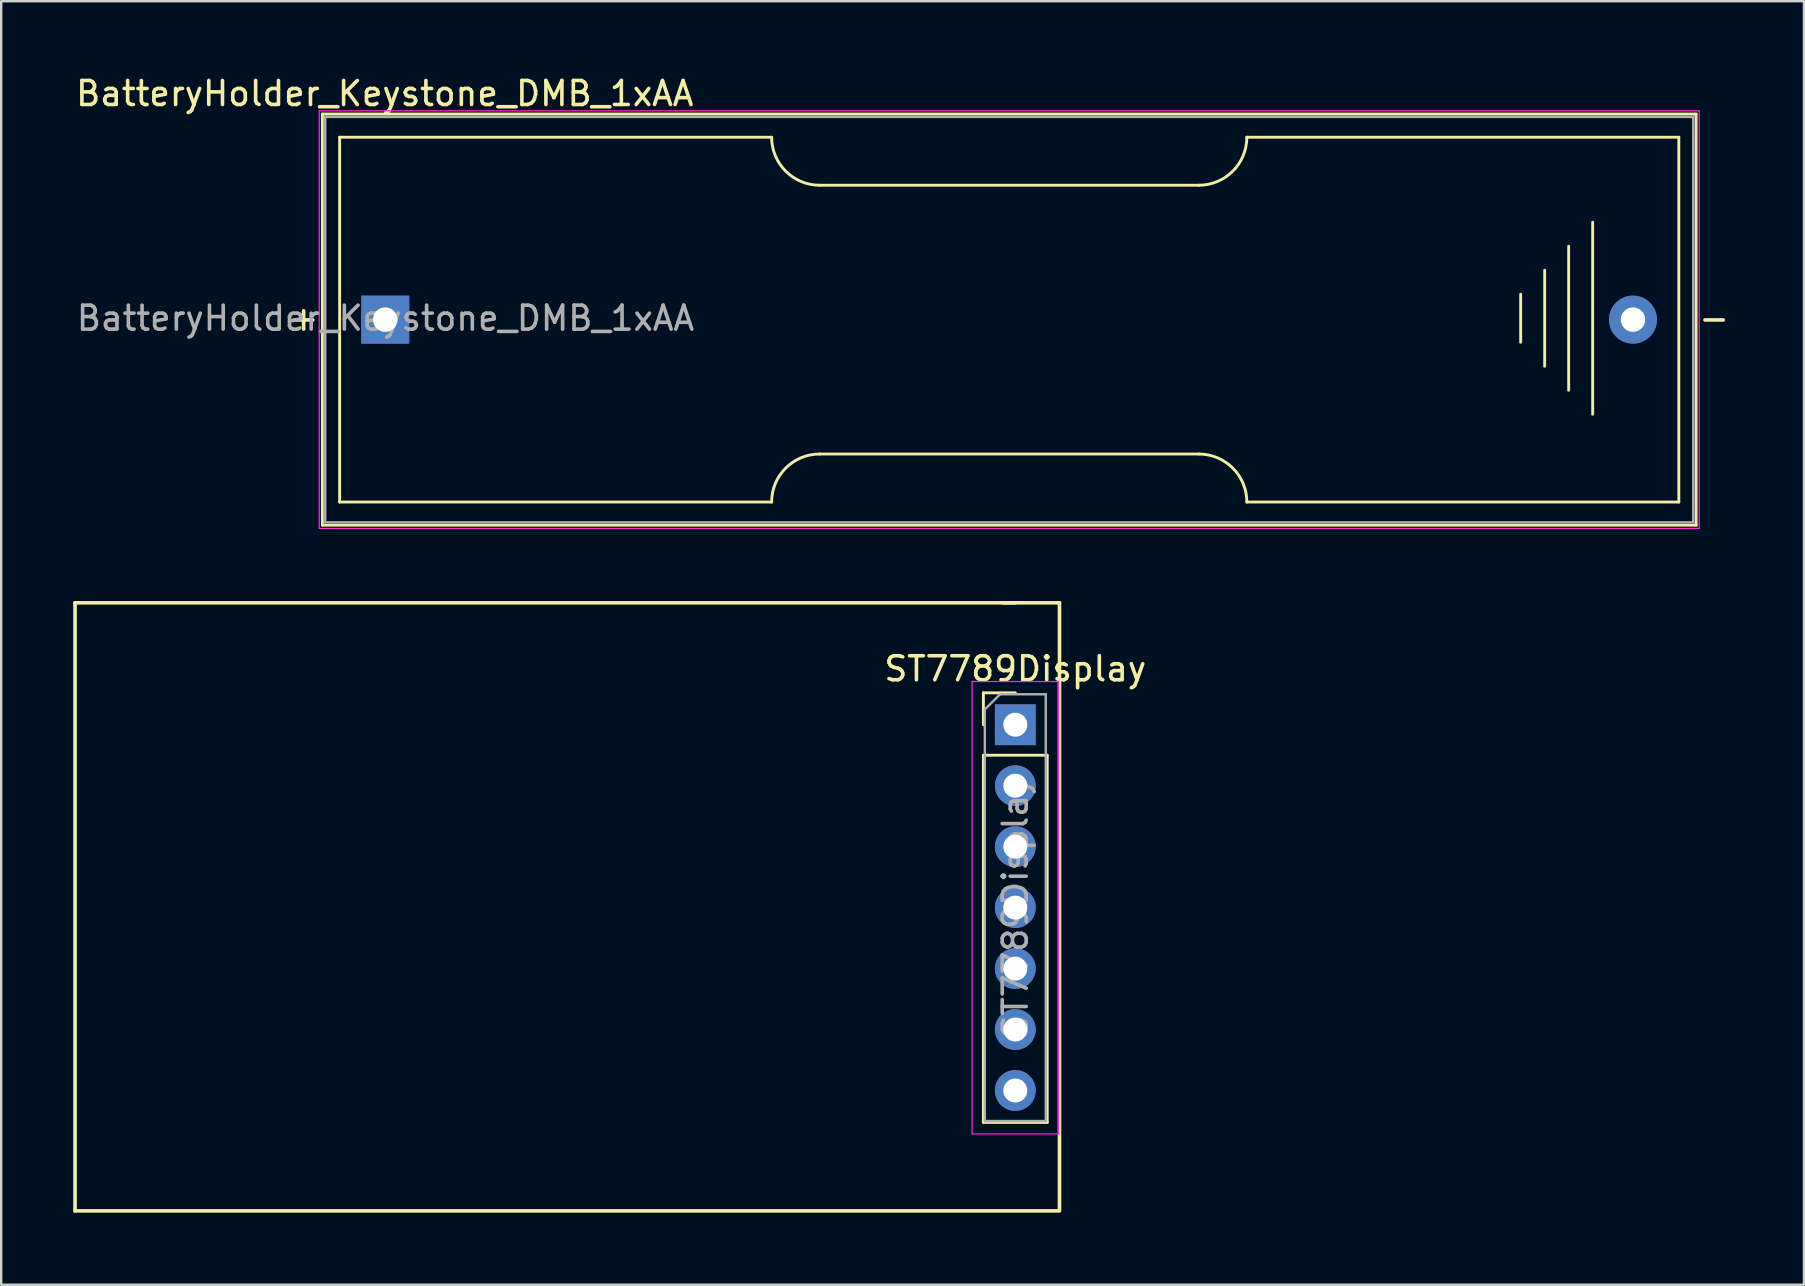
<source format=kicad_pcb>
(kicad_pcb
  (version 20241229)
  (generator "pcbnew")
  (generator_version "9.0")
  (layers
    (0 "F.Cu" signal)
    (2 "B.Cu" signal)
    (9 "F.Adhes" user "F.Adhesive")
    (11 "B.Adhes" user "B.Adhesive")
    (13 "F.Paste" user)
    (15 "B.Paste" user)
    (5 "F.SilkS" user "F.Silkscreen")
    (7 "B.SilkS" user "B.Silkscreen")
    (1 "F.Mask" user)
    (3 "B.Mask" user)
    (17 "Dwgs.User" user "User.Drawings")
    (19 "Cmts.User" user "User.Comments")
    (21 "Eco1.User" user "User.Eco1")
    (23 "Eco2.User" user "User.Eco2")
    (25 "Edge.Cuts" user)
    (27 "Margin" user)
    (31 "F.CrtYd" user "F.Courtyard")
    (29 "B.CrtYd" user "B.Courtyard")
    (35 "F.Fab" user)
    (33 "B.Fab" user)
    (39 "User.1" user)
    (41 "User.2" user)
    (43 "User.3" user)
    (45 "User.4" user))
  (footprint "ST7789Display"
    (layer "F.Cu")
    (at 39.255 27.148)
    (property "Reference" "ST7789Display" (at 0 -2.33 0) (layer "F.SilkS") (effects (font (size 1 1) (thickness 0.15))))
    (attr through_hole)
    (fp_line (start -39.179 -5.08) (end -39.179 20.256) (stroke (width 0.15) (type solid)) (layer "F.SilkS"))
    (fp_line (start -39.179 20.256) (end 1.841 20.256) (stroke (width 0.15) (type solid)) (layer "F.SilkS"))
    (fp_line (start -1.33 -1.33) (end 0 -1.33) (stroke (width 0.12) (type solid)) (layer "F.SilkS"))
    (fp_line (start -1.33 0) (end -1.33 -1.33) (stroke (width 0.12) (type solid)) (layer "F.SilkS"))
    (fp_line (start -1.33 1.27) (end -1.33 16.57) (stroke (width 0.12) (type solid)) (layer "F.SilkS"))
    (fp_line (start -1.33 1.27) (end 1.33 1.27) (stroke (width 0.12) (type solid)) (layer "F.SilkS"))
    (fp_line (start -1.33 16.57) (end 1.33 16.57) (stroke (width 0.12) (type solid)) (layer "F.SilkS"))
    (fp_line (start 0 -5.08) (end -39.179 -5.08) (stroke (width 0.15) (type solid)) (layer "F.SilkS"))
    (fp_line (start 1.33 1.27) (end 1.33 16.57) (stroke (width 0.12) (type solid)) (layer "F.SilkS"))
    (fp_line (start 1.841 -5.08) (end -0.508 -5.08) (stroke (width 0.15) (type solid)) (layer "F.SilkS"))
    (fp_line (start 1.841 20.193) (end 1.841 -5.08) (stroke (width 0.15) (type solid)) (layer "F.SilkS"))
    (fp_line (start -1.8 -1.8) (end -1.8 17.05) (stroke (width 0.05) (type solid)) (layer "F.CrtYd"))
    (fp_line (start -1.8 17.05) (end 1.8 17.05) (stroke (width 0.05) (type solid)) (layer "F.CrtYd"))
    (fp_line (start 1.8 -1.8) (end -1.8 -1.8) (stroke (width 0.05) (type solid)) (layer "F.CrtYd"))
    (fp_line (start 1.8 17.05) (end 1.8 -1.8) (stroke (width 0.05) (type solid)) (layer "F.CrtYd"))
    (fp_line (start -1.27 -0.635) (end -0.635 -1.27) (stroke (width 0.1) (type solid)) (layer "F.Fab"))
    (fp_line (start -1.27 16.51) (end -1.27 -0.635) (stroke (width 0.1) (type solid)) (layer "F.Fab"))
    (fp_line (start -0.635 -1.27) (end 1.27 -1.27) (stroke (width 0.1) (type solid)) (layer "F.Fab"))
    (fp_line (start 1.27 -1.27) (end 1.27 16.51) (stroke (width 0.1) (type solid)) (layer "F.Fab"))
    (fp_line (start 1.27 16.51) (end -1.27 16.51) (stroke (width 0.1) (type solid)) (layer "F.Fab"))
    (fp_text user "${REFERENCE}" (at 0 7.62 90) (layer "F.Fab") (effects (font (size 1 1) (thickness 0.15))))
    (pad "1" thru_hole rect (at 0 0) (size 1.7 1.7) (drill 1) (layers "*.Cu" "*.Mask"))
    (pad "2" thru_hole oval (at 0 2.54) (size 1.7 1.7) (drill 1) (layers "*.Cu" "*.Mask"))
    (pad "3" thru_hole oval (at 0 5.08) (size 1.7 1.7) (drill 1) (layers "*.Cu" "*.Mask"))
    (pad "4" thru_hole oval (at 0 7.62) (size 1.7 1.7) (drill 1) (layers "*.Cu" "*.Mask"))
    (pad "5" thru_hole oval (at 0 10.16) (size 1.7 1.7) (drill 1) (layers "*.Cu" "*.Mask"))
    (pad "6" thru_hole oval (at 0 12.7) (size 1.7 1.7) (drill 1) (layers "*.Cu" "*.Mask"))
    (pad "7" thru_hole oval (at 0 15.24) (size 1.7 1.7) (drill 1) (layers "*.Cu" "*.Mask")))
  (footprint "BatteryHolder_Keystone_DMB_1xAA"
    (layer "F.Cu")
    (at 13.002 10.268)
    (property "Reference" "BatteryHolder_Keystone_DMB_1xAA" (at -0.02 -9.42 180) (layer "F.SilkS") (effects (font (size 1 1) (thickness 0.15))))
    (attr through_hole)
    (fp_line (start -2.62 -8.565) (end 54.62 -8.565) (stroke (width 0.12) (type solid)) (layer "F.SilkS"))
    (fp_line (start -2.62 8.565) (end -2.62 -8.565) (stroke (width 0.12) (type solid)) (layer "F.SilkS"))
    (fp_line (start -1.9 -7.6) (end -1.9 7.6) (stroke (width 0.12) (type solid)) (layer "F.SilkS"))
    (fp_line (start -1.9 -7.6) (end 16.1 -7.6) (stroke (width 0.12) (type solid)) (layer "F.SilkS"))
    (fp_line (start -1.9 7.6) (end 16.1 7.6) (stroke (width 0.12) (type solid)) (layer "F.SilkS"))
    (fp_line (start 18.1 -5.6) (end 33.9 -5.6) (stroke (width 0.12) (type solid)) (layer "F.SilkS"))
    (fp_line (start 33.9 5.6) (end 18.1 5.6) (stroke (width 0.12) (type solid)) (layer "F.SilkS"))
    (fp_line (start 35.9 -7.6) (end 53.9 -7.6) (stroke (width 0.12) (type solid)) (layer "F.SilkS"))
    (fp_line (start 35.9 7.6) (end 53.9 7.6) (stroke (width 0.12) (type solid)) (layer "F.SilkS"))
    (fp_line (start 47.31 -1.06) (end 47.31 0.94) (stroke (width 0.12) (type solid)) (layer "F.SilkS"))
    (fp_line (start 48.31 -2.06) (end 48.31 1.94) (stroke (width 0.12) (type solid)) (layer "F.SilkS"))
    (fp_line (start 49.31 2.94) (end 49.31 -3.06) (stroke (width 0.12) (type solid)) (layer "F.SilkS"))
    (fp_line (start 50.31 -4.06) (end 50.31 3.94) (stroke (width 0.12) (type solid)) (layer "F.SilkS"))
    (fp_line (start 53.9 -7.6) (end 53.9 7.6) (stroke (width 0.12) (type solid)) (layer "F.SilkS"))
    (fp_line (start 54.62 -8.565) (end 54.62 8.565) (stroke (width 0.12) (type solid)) (layer "F.SilkS"))
    (fp_line (start 54.62 8.565) (end -2.62 8.565) (stroke (width 0.12) (type solid)) (layer "F.SilkS"))
    (fp_arc (start 16.1 7.6) (mid 16.685786 6.185786) (end 18.1 5.6) (stroke (width 0.12) (type solid)) (layer "F.SilkS"))
    (fp_arc (start 18.1 -5.6) (mid 16.685786 -6.185786) (end 16.1 -7.6) (stroke (width 0.12) (type solid)) (layer "F.SilkS"))
    (fp_arc (start 33.9 5.6) (mid 35.314214 6.185786) (end 35.9 7.6) (stroke (width 0.12) (type solid)) (layer "F.SilkS"))
    (fp_arc (start 35.9 -7.6) (mid 35.314214 -6.185786) (end 33.9 -5.6) (stroke (width 0.12) (type solid)) (layer "F.SilkS"))
    (fp_line (start -2.75 -8.7) (end 54.75 -8.7) (stroke (width 0.05) (type solid)) (layer "F.CrtYd"))
    (fp_line (start -2.75 8.7) (end -2.75 -8.7) (stroke (width 0.05) (type solid)) (layer "F.CrtYd"))
    (fp_line (start 54.75 -8.7) (end 54.75 8.7) (stroke (width 0.05) (type solid)) (layer "F.CrtYd"))
    (fp_line (start 54.75 8.7) (end -2.75 8.7) (stroke (width 0.05) (type solid)) (layer "F.CrtYd"))
    (fp_line (start -2.5 -8.445) (end -2.5 8.445) (stroke (width 0.1) (type solid)) (layer "F.Fab"))
    (fp_line (start -2.5 8.445) (end 54.5 8.445) (stroke (width 0.1) (type solid)) (layer "F.Fab"))
    (fp_line (start 54.5 -8.445) (end -2.5 -8.445) (stroke (width 0.1) (type solid)) (layer "F.Fab"))
    (fp_line (start 54.5 8.445) (end 54.5 -8.445) (stroke (width 0.1) (type solid)) (layer "F.Fab"))
    (fp_text user "-" (at 55.37 -0.06 0) (layer "F.SilkS") (effects (font (size 1 1) (thickness 0.15))))
    (fp_text user "+" (at -3.4 -0.06 0) (layer "F.SilkS") (effects (font (size 1 1) (thickness 0.15))))
    (fp_text user "${REFERENCE}" (at 0.01 -0.06 0) (layer "F.Fab") (effects (font (size 1 1) (thickness 0.15))))
    (pad "1" thru_hole rect (at 0 0 180) (size 2 2) (drill 1.02) (layers "*.Cu" "*.Mask"))
    (pad "2" thru_hole circle (at 51.99 0 180) (size 2 2) (drill 1.02) (layers "*.Cu" "*.Mask")))
  (gr_rect
    (start -3 -3)
    (end 72.116 50.48)
    (stroke (width 0.1) (type default))
    (fill no)
    (layer "Edge.Cuts")))
</source>
